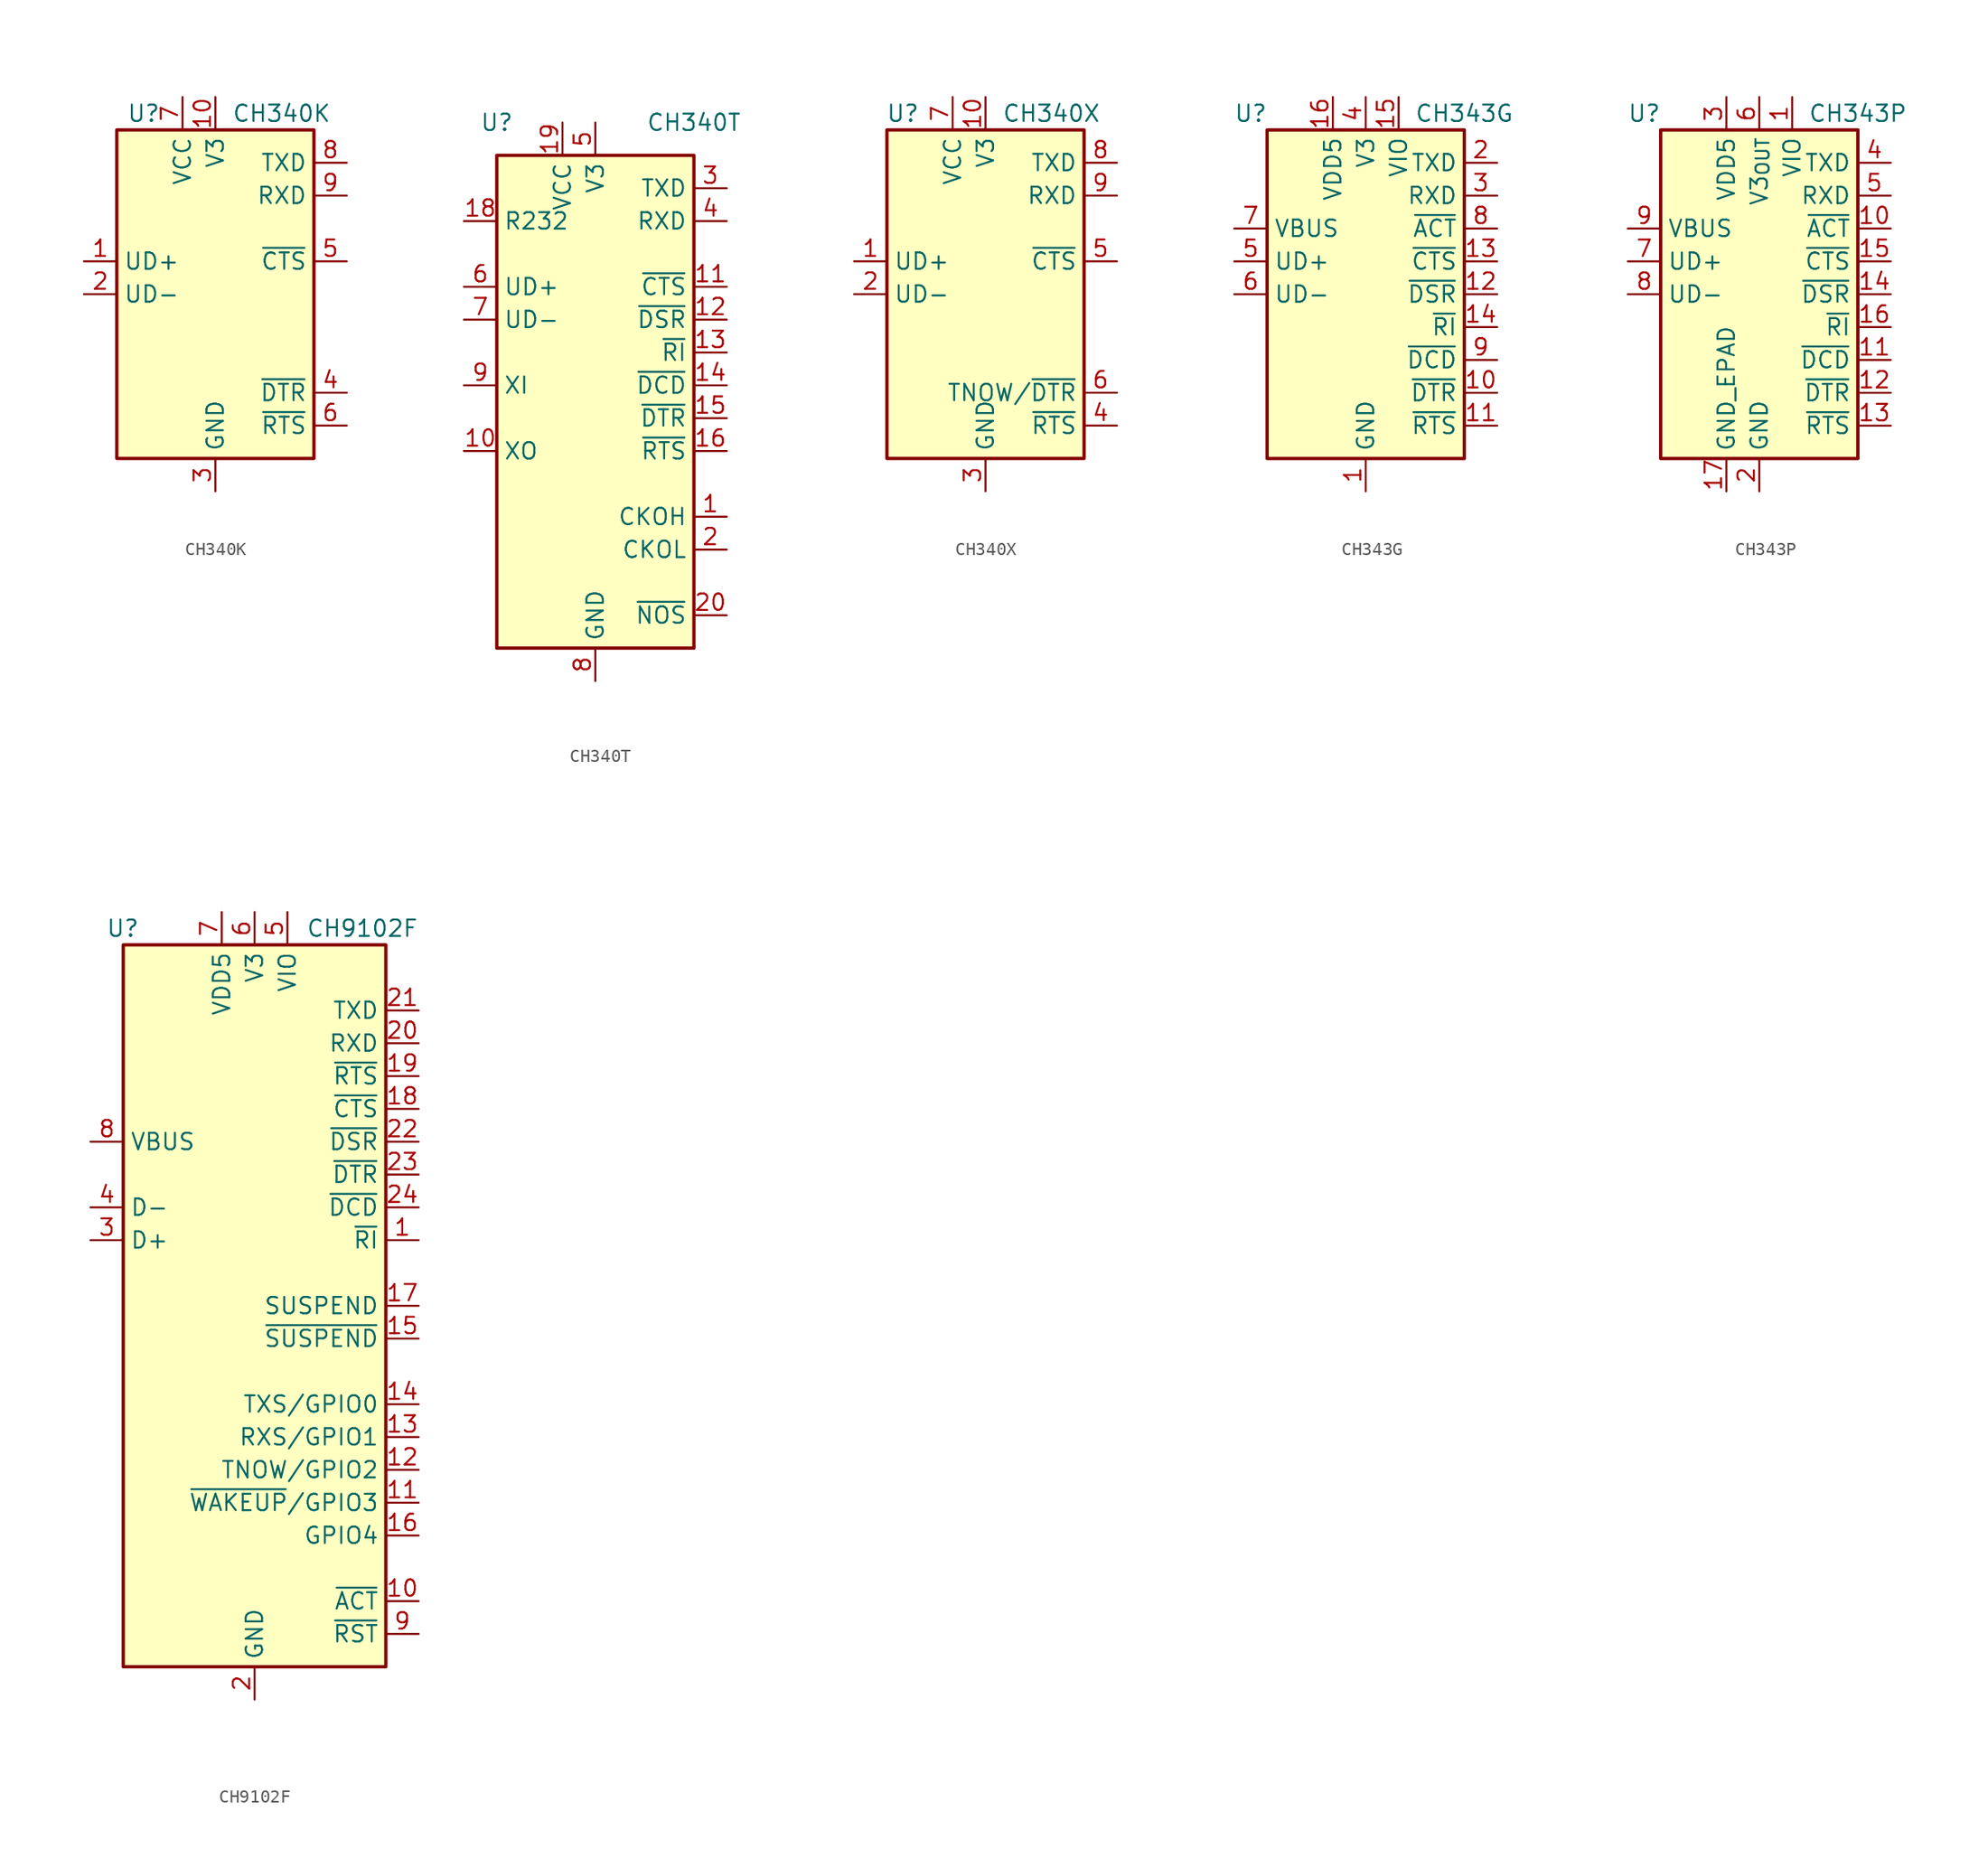
<source format=kicad_sym>
(kicad_symbol_lib
  (version 20241209)
  (generator "kicad_symbol_editor")
  (generator_version "9.0")
  (symbol "CH340K"
    (property "Reference" "U"
      (at -6.858 13.97 0)
      (effects (font (size 1.27 1.27)) (justify left)))
    (property "Value" "CH340K"
      (at 1.27 13.97 0)
      (effects (font (size 1.27 1.27)) (justify left)))
    (symbol "CH340K_0_1"
      (rectangle (start -7.62 12.7) (end 7.62 -12.7) (stroke (width 0.254) (type default)) (fill (type background))))
    (symbol "CH340K_1_0"
      (pin passive line (at 0 -15.24 90) (length 2.54) (hide yes) (name "GND" (effects (font (size 1.27 1.27)))) (number "11" (effects (font (size 1.27 1.27))))))
    (symbol "CH340K_1_1"
      (pin bidirectional line (at -10.16 2.54 0) (length 2.54) (name "UD+" (effects (font (size 1.27 1.27)))) (number "1" (effects (font (size 1.27 1.27)))))
      (pin bidirectional line (at -10.16 0 0) (length 2.54) (name "UD-" (effects (font (size 1.27 1.27)))) (number "2" (effects (font (size 1.27 1.27)))))
      (pin power_in line (at -2.54 15.24 270) (length 2.54) (name "VCC" (effects (font (size 1.27 1.27)))) (number "7" (effects (font (size 1.27 1.27)))))
      (pin passive line (at 0 15.24 270) (length 2.54) (name "V3" (effects (font (size 1.27 1.27)))) (number "10" (effects (font (size 1.27 1.27)))))
      (pin power_in line (at 0 -15.24 90) (length 2.54) (name "GND" (effects (font (size 1.27 1.27)))) (number "3" (effects (font (size 1.27 1.27)))))
      (pin output line (at 10.16 10.16 180) (length 2.54) (name "TXD" (effects (font (size 1.27 1.27)))) (number "8" (effects (font (size 1.27 1.27)))))
      (pin input line (at 10.16 7.62 180) (length 2.54) (name "RXD" (effects (font (size 1.27 1.27)))) (number "9" (effects (font (size 1.27 1.27)))))
      (pin input line (at 10.16 2.54 180) (length 2.54) (name "~{CTS}" (effects (font (size 1.27 1.27)))) (number "5" (effects (font (size 1.27 1.27)))))
      (pin output line (at 10.16 -7.62 180) (length 2.54) (name "~{DTR}" (effects (font (size 1.27 1.27)))) (number "4" (effects (font (size 1.27 1.27)))))
      (pin output line (at 10.16 -10.16 180) (length 2.54) (name "~{RTS}" (effects (font (size 1.27 1.27)))) (number "6" (effects (font (size 1.27 1.27)))))))
  (symbol "CH340T"
    (property "Reference" "U"
      (at -7.62 22.86 0)
      (effects (font (size 1.27 1.27))))
    (property "Value" "CH340T"
      (at 7.62 22.86 0)
      (effects (font (size 1.27 1.27))))
    (symbol "CH340T_1_1"
      (rectangle (start -7.62 20.32) (end 7.62 -17.78) (stroke (width 0.254) (type default)) (fill (type background)))
      (pin input line (at -10.16 15.24 0) (length 2.54) (name "R232" (effects (font (size 1.27 1.27)))) (number "18" (effects (font (size 1.27 1.27)))))
      (pin bidirectional line (at -10.16 10.16 0) (length 2.54) (name "UD+" (effects (font (size 1.27 1.27)))) (number "6" (effects (font (size 1.27 1.27)))))
      (pin bidirectional line (at -10.16 7.62 0) (length 2.54) (name "UD-" (effects (font (size 1.27 1.27)))) (number "7" (effects (font (size 1.27 1.27)))))
      (pin input line (at -10.16 2.54 0) (length 2.54) (name "XI" (effects (font (size 1.27 1.27)))) (number "9" (effects (font (size 1.27 1.27)))))
      (pin output line (at -10.16 -2.54 0) (length 2.54) (name "XO" (effects (font (size 1.27 1.27)))) (number "10" (effects (font (size 1.27 1.27)))))
      (pin no_connect line (at -7.62 -7.62 0) (length 2.54) (hide yes) (name "NC" (effects (font (size 1.27 1.27)))) (number "17" (effects (font (size 1.27 1.27)))))
      (pin power_in line (at -2.54 22.86 270) (length 2.54) (name "VCC" (effects (font (size 1.27 1.27)))) (number "19" (effects (font (size 1.27 1.27)))))
      (pin power_out line (at 0 22.86 270) (length 2.54) (name "V3" (effects (font (size 1.27 1.27)))) (number "5" (effects (font (size 1.27 1.27)))))
      (pin power_in line (at 0 -20.32 90) (length 2.54) (name "GND" (effects (font (size 1.27 1.27)))) (number "8" (effects (font (size 1.27 1.27)))))
      (pin output line (at 10.16 17.78 180) (length 2.54) (name "TXD" (effects (font (size 1.27 1.27)))) (number "3" (effects (font (size 1.27 1.27)))))
      (pin input line (at 10.16 15.24 180) (length 2.54) (name "RXD" (effects (font (size 1.27 1.27)))) (number "4" (effects (font (size 1.27 1.27)))))
      (pin input line (at 10.16 10.16 180) (length 2.54) (name "~{CTS}" (effects (font (size 1.27 1.27)))) (number "11" (effects (font (size 1.27 1.27)))))
      (pin input line (at 10.16 7.62 180) (length 2.54) (name "~{DSR}" (effects (font (size 1.27 1.27)))) (number "12" (effects (font (size 1.27 1.27)))))
      (pin input line (at 10.16 5.08 180) (length 2.54) (name "~{RI}" (effects (font (size 1.27 1.27)))) (number "13" (effects (font (size 1.27 1.27)))))
      (pin input line (at 10.16 2.54 180) (length 2.54) (name "~{DCD}" (effects (font (size 1.27 1.27)))) (number "14" (effects (font (size 1.27 1.27)))))
      (pin output line (at 10.16 0 180) (length 2.54) (name "~{DTR}" (effects (font (size 1.27 1.27)))) (number "15" (effects (font (size 1.27 1.27)))))
      (pin output line (at 10.16 -2.54 180) (length 2.54) (name "~{RTS}" (effects (font (size 1.27 1.27)))) (number "16" (effects (font (size 1.27 1.27)))))
      (pin output line (at 10.16 -7.62 180) (length 2.54) (name "CKOH" (effects (font (size 1.27 1.27)))) (number "1" (effects (font (size 1.27 1.27)))))
      (pin output line (at 10.16 -10.16 180) (length 2.54) (name "CKOL" (effects (font (size 1.27 1.27)))) (number "2" (effects (font (size 1.27 1.27)))))
      (pin input line (at 10.16 -15.24 180) (length 2.54) (name "~{NOS}" (effects (font (size 1.27 1.27)))) (number "20" (effects (font (size 1.27 1.27)))))))
  (symbol "CH340X"
    (property "Reference" "U"
      (at -5.08 13.97 0)
      (effects (font (size 1.27 1.27)) (justify right)))
    (property "Value" "CH340X"
      (at 1.27 13.97 0)
      (effects (font (size 1.27 1.27)) (justify left)))
    (symbol "CH340X_0_1"
      (rectangle (start -7.62 12.7) (end 7.62 -12.7) (stroke (width 0.254) (type default)) (fill (type background))))
    (symbol "CH340X_1_1"
      (pin bidirectional line (at -10.16 2.54 0) (length 2.54) (name "UD+" (effects (font (size 1.27 1.27)))) (number "1" (effects (font (size 1.27 1.27)))))
      (pin bidirectional line (at -10.16 0 0) (length 2.54) (name "UD-" (effects (font (size 1.27 1.27)))) (number "2" (effects (font (size 1.27 1.27)))))
      (pin power_in line (at -2.54 15.24 270) (length 2.54) (name "VCC" (effects (font (size 1.27 1.27)))) (number "7" (effects (font (size 1.27 1.27)))))
      (pin power_out line (at 0 15.24 270) (length 2.54) (name "V3" (effects (font (size 1.27 1.27)))) (number "10" (effects (font (size 1.27 1.27)))))
      (pin power_in line (at 0 -15.24 90) (length 2.54) (name "GND" (effects (font (size 1.27 1.27)))) (number "3" (effects (font (size 1.27 1.27)))))
      (pin output line (at 10.16 10.16 180) (length 2.54) (name "TXD" (effects (font (size 1.27 1.27)))) (number "8" (effects (font (size 1.27 1.27)))))
      (pin input line (at 10.16 7.62 180) (length 2.54) (name "RXD" (effects (font (size 1.27 1.27)))) (number "9" (effects (font (size 1.27 1.27)))))
      (pin input line (at 10.16 2.54 180) (length 2.54) (name "~{CTS}" (effects (font (size 1.27 1.27)))) (number "5" (effects (font (size 1.27 1.27)))))
      (pin output line (at 10.16 -7.62 180) (length 2.54) (name "TNOW/~{DTR}" (effects (font (size 1.27 1.27)))) (number "6" (effects (font (size 1.27 1.27)))))
      (pin output line (at 10.16 -10.16 180) (length 2.54) (name "~{RTS}" (effects (font (size 1.27 1.27)))) (number "4" (effects (font (size 1.27 1.27)))))))
  (symbol "CH343G"
    (property "Reference" "U"
      (at -8.89 13.97 0)
      (effects (font (size 1.27 1.27))))
    (property "Value" "CH343G"
      (at 7.62 13.97 0)
      (effects (font (size 1.27 1.27))))
    (symbol "CH343G_0_1"
      (rectangle (start -7.62 12.7) (end 7.62 -12.7) (stroke (width 0.254) (type default)) (fill (type background))))
    (symbol "CH343G_1_1"
      (pin input line (at -10.16 5.08 0) (length 2.54) (name "VBUS" (effects (font (size 1.27 1.27)))) (number "7" (effects (font (size 1.27 1.27)))))
      (pin bidirectional line (at -10.16 2.54 0) (length 2.54) (name "UD+" (effects (font (size 1.27 1.27)))) (number "5" (effects (font (size 1.27 1.27)))))
      (pin bidirectional line (at -10.16 0 0) (length 2.54) (name "UD-" (effects (font (size 1.27 1.27)))) (number "6" (effects (font (size 1.27 1.27)))))
      (pin power_in line (at -2.54 15.24 270) (length 2.54) (name "VDD5" (effects (font (size 1.27 1.27)))) (number "16" (effects (font (size 1.27 1.27)))))
      (pin power_out line (at 0 15.24 270) (length 2.54) (name "V3" (effects (font (size 1.27 1.27)))) (number "4" (effects (font (size 1.27 1.27)))))
      (pin power_in line (at 0 -15.24 90) (length 2.54) (name "GND" (effects (font (size 1.27 1.27)))) (number "1" (effects (font (size 1.27 1.27)))))
      (pin power_in line (at 2.54 15.24 270) (length 2.54) (name "VIO" (effects (font (size 1.27 1.27)))) (number "15" (effects (font (size 1.27 1.27)))))
      (pin output line (at 10.16 10.16 180) (length 2.54) (name "TXD" (effects (font (size 1.27 1.27)))) (number "2" (effects (font (size 1.27 1.27)))))
      (pin input line (at 10.16 7.62 180) (length 2.54) (name "RXD" (effects (font (size 1.27 1.27)))) (number "3" (effects (font (size 1.27 1.27)))))
      (pin output line (at 10.16 5.08 180) (length 2.54) (name "~{ACT}" (effects (font (size 1.27 1.27)))) (number "8" (effects (font (size 1.27 1.27)))))
      (pin input line (at 10.16 2.54 180) (length 2.54) (name "~{CTS}" (effects (font (size 1.27 1.27)))) (number "13" (effects (font (size 1.27 1.27)))))
      (pin input line (at 10.16 0 180) (length 2.54) (name "~{DSR}" (effects (font (size 1.27 1.27)))) (number "12" (effects (font (size 1.27 1.27)))))
      (pin input line (at 10.16 -2.54 180) (length 2.54) (name "~{RI}" (effects (font (size 1.27 1.27)))) (number "14" (effects (font (size 1.27 1.27)))))
      (pin input line (at 10.16 -5.08 180) (length 2.54) (name "~{DCD}" (effects (font (size 1.27 1.27)))) (number "9" (effects (font (size 1.27 1.27)))))
      (pin output line (at 10.16 -7.62 180) (length 2.54) (name "~{DTR}" (effects (font (size 1.27 1.27)))) (number "10" (effects (font (size 1.27 1.27)))))
      (pin output line (at 10.16 -10.16 180) (length 2.54) (name "~{RTS}" (effects (font (size 1.27 1.27)))) (number "11" (effects (font (size 1.27 1.27)))))))
  (symbol "CH343P"
    (property "Reference" "U"
      (at -8.89 13.97 0)
      (effects (font (size 1.27 1.27))))
    (property "Value" "CH343P"
      (at 7.62 13.97 0)
      (effects (font (size 1.27 1.27))))
    (symbol "CH343P_0_1"
      (rectangle (start -7.62 12.7) (end 7.62 -12.7) (stroke (width 0.254) (type default)) (fill (type background))))
    (symbol "CH343P_1_0"
      (pin power_in line (at -2.54 -15.24 90) (length 2.54) (name "GND_EPAD" (effects (font (size 1.27 1.27)))) (number "17" (effects (font (size 1.27 1.27)))))
      (pin power_in line (at 0 -15.24 90) (length 2.54) (name "GND" (effects (font (size 1.27 1.27)))) (number "2" (effects (font (size 1.27 1.27))))))
    (symbol "CH343P_1_1"
      (pin input line (at -10.16 5.08 0) (length 2.54) (name "VBUS" (effects (font (size 1.27 1.27)))) (number "9" (effects (font (size 1.27 1.27)))))
      (pin bidirectional line (at -10.16 2.54 0) (length 2.54) (name "UD+" (effects (font (size 1.27 1.27)))) (number "7" (effects (font (size 1.27 1.27)))))
      (pin bidirectional line (at -10.16 0 0) (length 2.54) (name "UD-" (effects (font (size 1.27 1.27)))) (number "8" (effects (font (size 1.27 1.27)))))
      (pin power_in line (at -2.54 15.24 270) (length 2.54) (name "VDD5" (effects (font (size 1.27 1.27)))) (number "3" (effects (font (size 1.27 1.27)))))
      (pin power_out line (at 0 15.24 270) (length 2.54) (name "V3_{OUT}" (effects (font (size 1.27 1.27)))) (number "6" (effects (font (size 1.27 1.27)))) (alternate "V3_{IN}" power_in line))
      (pin power_in line (at 2.54 15.24 270) (length 2.54) (name "VIO" (effects (font (size 1.27 1.27)))) (number "1" (effects (font (size 1.27 1.27)))))
      (pin output line (at 10.16 10.16 180) (length 2.54) (name "TXD" (effects (font (size 1.27 1.27)))) (number "4" (effects (font (size 1.27 1.27)))))
      (pin input line (at 10.16 7.62 180) (length 2.54) (name "RXD" (effects (font (size 1.27 1.27)))) (number "5" (effects (font (size 1.27 1.27)))))
      (pin output line (at 10.16 5.08 180) (length 2.54) (name "~{ACT}" (effects (font (size 1.27 1.27)))) (number "10" (effects (font (size 1.27 1.27)))))
      (pin input line (at 10.16 2.54 180) (length 2.54) (name "~{CTS}" (effects (font (size 1.27 1.27)))) (number "15" (effects (font (size 1.27 1.27)))))
      (pin input line (at 10.16 0 180) (length 2.54) (name "~{DSR}" (effects (font (size 1.27 1.27)))) (number "14" (effects (font (size 1.27 1.27)))))
      (pin input line (at 10.16 -2.54 180) (length 2.54) (name "~{RI}" (effects (font (size 1.27 1.27)))) (number "16" (effects (font (size 1.27 1.27)))))
      (pin input line (at 10.16 -5.08 180) (length 2.54) (name "~{DCD}" (effects (font (size 1.27 1.27)))) (number "11" (effects (font (size 1.27 1.27)))))
      (pin output line (at 10.16 -7.62 180) (length 2.54) (name "~{DTR}" (effects (font (size 1.27 1.27)))) (number "12" (effects (font (size 1.27 1.27)))))
      (pin output line (at 10.16 -10.16 180) (length 2.54) (name "~{RTS}" (effects (font (size 1.27 1.27)))) (number "13" (effects (font (size 1.27 1.27)))))))
  (symbol "CH9102F"
    (property "Reference" "U"
      (at -8.89 29.21 0)
      (effects (font (size 1.27 1.27)) (justify right)))
    (property "Value" "CH9102F"
      (at 12.7 29.21 0)
      (effects (font (size 1.27 1.27)) (justify right)))
    (symbol "CH9102F_1_1"
      (rectangle (start -10.16 27.94) (end 10.16 -27.94) (stroke (width 0.254) (type default)) (fill (type background)))
      (pin input line (at -12.7 12.7 0) (length 2.54) (name "VBUS" (effects (font (size 1.27 1.27)))) (number "8" (effects (font (size 1.27 1.27)))))
      (pin bidirectional line (at -12.7 7.62 0) (length 2.54) (name "D-" (effects (font (size 1.27 1.27)))) (number "4" (effects (font (size 1.27 1.27)))))
      (pin bidirectional line (at -12.7 5.08 0) (length 2.54) (name "D+" (effects (font (size 1.27 1.27)))) (number "3" (effects (font (size 1.27 1.27)))))
      (pin power_in line (at -2.54 30.48 270) (length 2.54) (name "VDD5" (effects (font (size 1.27 1.27)))) (number "7" (effects (font (size 1.27 1.27)))))
      (pin power_out line (at 0 30.48 270) (length 2.54) (name "V3" (effects (font (size 1.27 1.27)))) (number "6" (effects (font (size 1.27 1.27)))))
      (pin power_in line (at 0 -30.48 90) (length 2.54) (name "GND" (effects (font (size 1.27 1.27)))) (number "2" (effects (font (size 1.27 1.27)))))
      (pin passive line (at 0 -30.48 90) (length 2.54) (hide yes) (name "GND" (effects (font (size 1.27 1.27)))) (number "25" (effects (font (size 1.27 1.27)))))
      (pin power_in line (at 2.54 30.48 270) (length 2.54) (name "VIO" (effects (font (size 1.27 1.27)))) (number "5" (effects (font (size 1.27 1.27)))))
      (pin output line (at 12.7 22.86 180) (length 2.54) (name "TXD" (effects (font (size 1.27 1.27)))) (number "21" (effects (font (size 1.27 1.27)))))
      (pin input line (at 12.7 20.32 180) (length 2.54) (name "RXD" (effects (font (size 1.27 1.27)))) (number "20" (effects (font (size 1.27 1.27)))))
      (pin output line (at 12.7 17.78 180) (length 2.54) (name "~{RTS}" (effects (font (size 1.27 1.27)))) (number "19" (effects (font (size 1.27 1.27)))))
      (pin input line (at 12.7 15.24 180) (length 2.54) (name "~{CTS}" (effects (font (size 1.27 1.27)))) (number "18" (effects (font (size 1.27 1.27)))))
      (pin input line (at 12.7 12.7 180) (length 2.54) (name "~{DSR}" (effects (font (size 1.27 1.27)))) (number "22" (effects (font (size 1.27 1.27)))))
      (pin output line (at 12.7 10.16 180) (length 2.54) (name "~{DTR}" (effects (font (size 1.27 1.27)))) (number "23" (effects (font (size 1.27 1.27)))))
      (pin input line (at 12.7 7.62 180) (length 2.54) (name "~{DCD}" (effects (font (size 1.27 1.27)))) (number "24" (effects (font (size 1.27 1.27)))))
      (pin input line (at 12.7 5.08 180) (length 2.54) (name "~{RI}" (effects (font (size 1.27 1.27)))) (number "1" (effects (font (size 1.27 1.27)))))
      (pin output line (at 12.7 0 180) (length 2.54) (name "SUSPEND" (effects (font (size 1.27 1.27)))) (number "17" (effects (font (size 1.27 1.27)))))
      (pin output line (at 12.7 -2.54 180) (length 2.54) (name "~{SUSPEND}" (effects (font (size 1.27 1.27)))) (number "15" (effects (font (size 1.27 1.27)))))
      (pin bidirectional line (at 12.7 -7.62 180) (length 2.54) (name "TXS/GPIO0" (effects (font (size 1.27 1.27)))) (number "14" (effects (font (size 1.27 1.27)))))
      (pin bidirectional line (at 12.7 -10.16 180) (length 2.54) (name "RXS/GPIO1" (effects (font (size 1.27 1.27)))) (number "13" (effects (font (size 1.27 1.27)))))
      (pin bidirectional line (at 12.7 -12.7 180) (length 2.54) (name "TNOW/GPIO2" (effects (font (size 1.27 1.27)))) (number "12" (effects (font (size 1.27 1.27)))))
      (pin bidirectional line (at 12.7 -15.24 180) (length 2.54) (name "~{WAKEUP}/GPIO3" (effects (font (size 1.27 1.27)))) (number "11" (effects (font (size 1.27 1.27)))))
      (pin bidirectional line (at 12.7 -17.78 180) (length 2.54) (name "GPIO4" (effects (font (size 1.27 1.27)))) (number "16" (effects (font (size 1.27 1.27)))))
      (pin output line (at 12.7 -22.86 180) (length 2.54) (name "~{ACT}" (effects (font (size 1.27 1.27)))) (number "10" (effects (font (size 1.27 1.27)))))
      (pin input line (at 12.7 -25.4 180) (length 2.54) (name "~{RST}" (effects (font (size 1.27 1.27)))) (number "9" (effects (font (size 1.27 1.27))))))))
</source>
